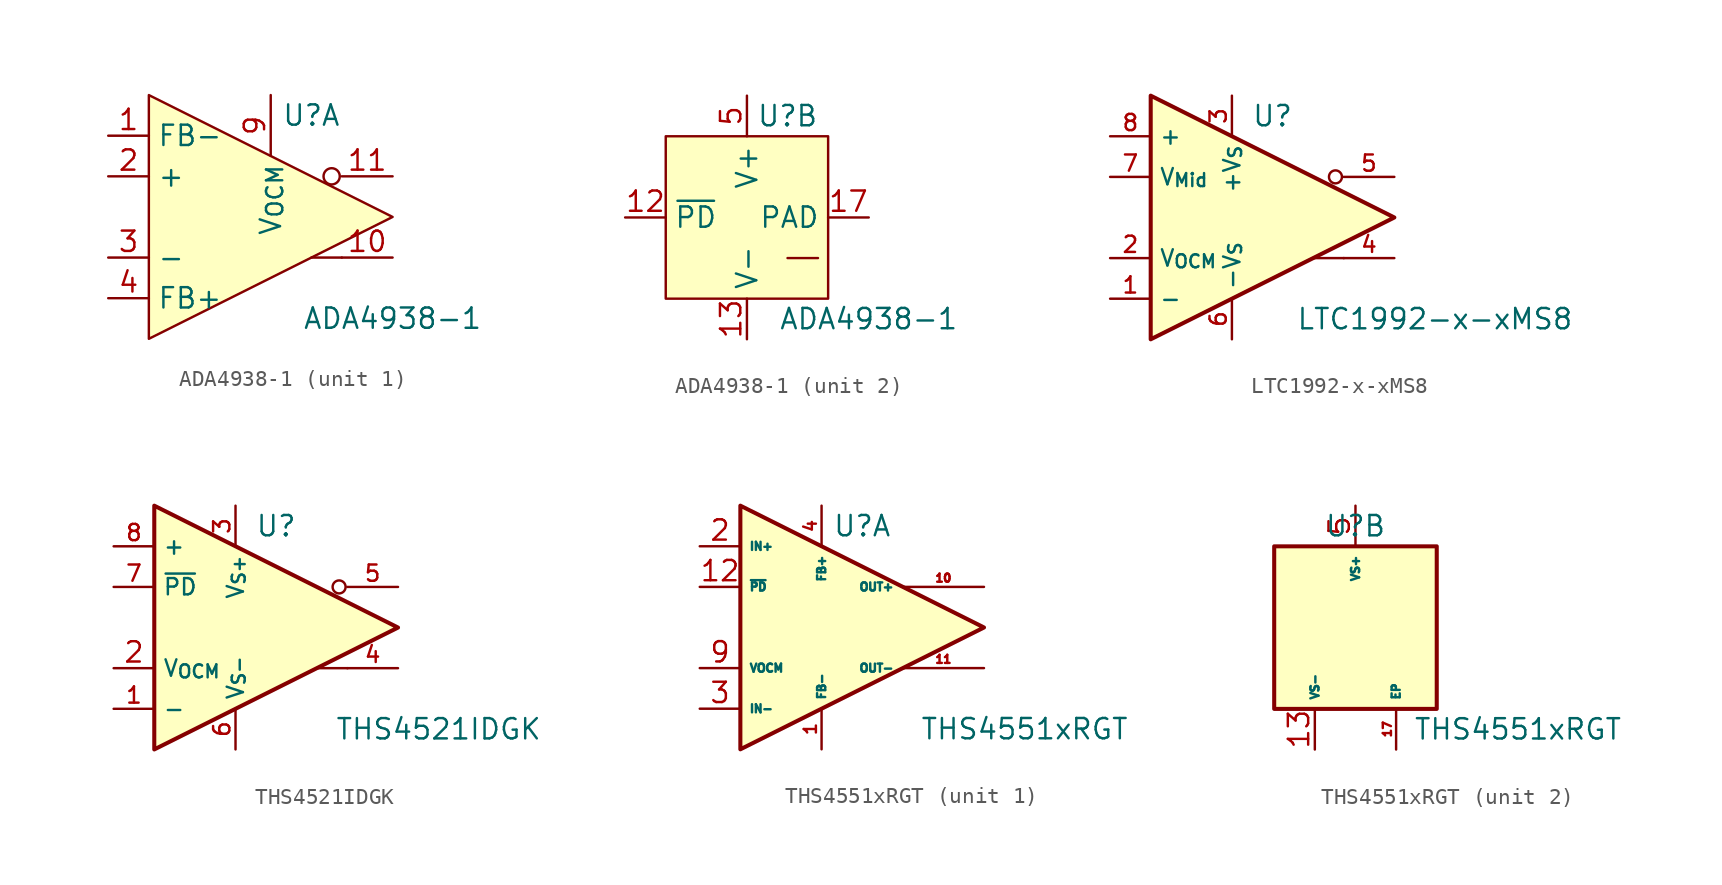
<source format=kicad_sym>
(kicad_symbol_lib
  (version 20231120)
  (generator "kicad_symbol_editor")
  (generator_version "8.0")
  (symbol "ADA4938-1"
    (property "Reference" "U"
      (at 2.54 6.35 0)
      (effects (font (size 1.27 1.27))))
    (property "Value" "ADA4938-1"
      (at 7.62 -6.35 0)
      (effects (font (size 1.27 1.27))))
    (property "ki_locked" ""
      (at 0 0 0)
      (effects (font (size 1.27 1.27))))
    (symbol "ADA4938-1_0_1"
      (polyline (pts (xy 4.445 -2.54) (xy 2.54 -2.54)) (stroke (width 0) (type default)) (fill (type none))))
    (symbol "ADA4938-1_1_1"
      (polyline (pts (xy -7.62 7.62) (xy -7.62 -7.62) (xy 7.62 0) (xy -7.62 7.62)) (stroke (width 0) (type solid)) (fill (type background)))
      (circle (center 3.81 2.54) (radius 0.508) (stroke (width 0) (type default)) (fill (type none)))
      (pin output line (at -10.16 5.08 0) (length 2.54) (name "FB-" (effects (font (size 1.27 1.27)))) (number "1" (effects (font (size 1.27 1.27)))))
      (pin output line (at 7.62 -2.54 180) (length 3.175) (name "" (effects (font (size 1.27 1.27)))) (number "10" (effects (font (size 1.27 1.27)))))
      (pin output line (at 7.62 2.54 180) (length 3.175) (name "" (effects (font (size 1.27 1.27)))) (number "11" (effects (font (size 1.27 1.27)))))
      (pin input line (at -10.16 2.54 0) (length 2.54) (name "+" (effects (font (size 1.27 1.27)))) (number "2" (effects (font (size 1.27 1.27)))))
      (pin input line (at -10.16 -2.54 0) (length 2.54) (name "-" (effects (font (size 1.27 1.27)))) (number "3" (effects (font (size 1.27 1.27)))))
      (pin output line (at -10.16 -5.08 0) (length 2.54) (name "FB+" (effects (font (size 1.27 1.27)))) (number "4" (effects (font (size 1.27 1.27)))))
      (pin input line (at 0 7.62 270) (length 3.8) (name "V_{OCM}" (effects (font (size 1.27 1.27)))) (number "9" (effects (font (size 1.27 1.27))))))
    (symbol "ADA4938-1_2_1"
      (rectangle (start -5.08 5.08) (end 5.08 -5.08) (stroke (width 0) (type solid)) (fill (type background)))
      (pin input line (at -7.62 0 0) (length 2.54) (name "~{PD}" (effects (font (size 1.27 1.27)))) (number "12" (effects (font (size 1.27 1.27)))))
      (pin power_in line (at 0 -7.62 90) (length 2.54) (name "V-" (effects (font (size 1.27 1.27)))) (number "13" (effects (font (size 1.27 1.27)))))
      (pin passive line (at 0 -7.62 90) (length 2.54) hide (name "V-" (effects (font (size 1.27 1.27)))) (number "14" (effects (font (size 1.27 1.27)))))
      (pin passive line (at 0 -7.62 90) (length 2.54) hide (name "V-" (effects (font (size 1.27 1.27)))) (number "15" (effects (font (size 1.27 1.27)))))
      (pin passive line (at 0 -7.62 90) (length 2.54) hide (name "V-" (effects (font (size 1.27 1.27)))) (number "16" (effects (font (size 1.27 1.27)))))
      (pin passive line (at 7.62 0 180) (length 2.54) (name "PAD" (effects (font (size 1.27 1.27)))) (number "17" (effects (font (size 1.27 1.27)))))
      (pin power_in line (at 0 7.62 270) (length 2.54) (name "V+" (effects (font (size 1.27 1.27)))) (number "5" (effects (font (size 1.27 1.27)))))
      (pin passive line (at 0 7.62 270) (length 2.54) hide (name "V+" (effects (font (size 1.27 1.27)))) (number "6" (effects (font (size 1.27 1.27)))))
      (pin passive line (at 0 7.62 270) (length 2.54) hide (name "V+" (effects (font (size 1.27 1.27)))) (number "7" (effects (font (size 1.27 1.27)))))
      (pin passive line (at 0 7.62 270) (length 2.54) hide (name "V+" (effects (font (size 1.27 1.27)))) (number "8" (effects (font (size 1.27 1.27)))))))
  (symbol "LTC1992-x-xMS8"
    (property "Reference" "U"
      (at 0 6.35 0)
      (effects (font (size 1.27 1.27))))
    (property "Value" "LTC1992-x-xMS8"
      (at 10.16 -6.35 0)
      (effects (font (size 1.27 1.27))))
    (symbol "LTC1992-x-xMS8_0_1"
      (polyline (pts (xy 4.47 -2.54) (xy 2.54 -2.54)) (stroke (width 0) (type default)) (fill (type none))))
    (symbol "LTC1992-x-xMS8_1_1"
      (polyline (pts (xy -7.62 7.62) (xy -7.62 -7.62) (xy 7.62 0) (xy -7.62 7.62)) (stroke (width 0.254) (type default)) (fill (type background)))
      (circle (center 3.937 2.54) (radius 0.406) (stroke (width 0) (type default)) (fill (type none)))
      (pin input line (at -10.16 -5.08 0) (length 2.54) (name "-" (effects (font (size 1.016 1.016)))) (number "1" (effects (font (size 1.016 1.016)))))
      (pin input line (at -10.16 -2.54 0) (length 2.54) (name "V_{OCM}" (effects (font (size 1.016 1.016)))) (number "2" (effects (font (size 1.016 1.016)))))
      (pin power_in line (at -2.54 7.62 270) (length 2.54) (name "+V_{S}" (effects (font (size 1.016 1.016)))) (number "3" (effects (font (size 1.016 1.016)))))
      (pin output line (at 7.62 -2.54 180) (length 3.175) (name "" (effects (font (size 1.016 1.016)))) (number "4" (effects (font (size 1.016 1.016)))))
      (pin output line (at 7.62 2.54 180) (length 3.175) (name "" (effects (font (size 1.016 1.016)))) (number "5" (effects (font (size 1.016 1.016)))))
      (pin power_in line (at -2.54 -7.62 90) (length 2.54) (name "-V_{S}" (effects (font (size 1.016 1.016)))) (number "6" (effects (font (size 1.016 1.016)))))
      (pin input line (at -10.16 2.54 0) (length 2.54) (name "V_{Mid}" (effects (font (size 1.016 1.016)))) (number "7" (effects (font (size 1.016 1.016)))))
      (pin input line (at -10.16 5.08 0) (length 2.54) (name "+" (effects (font (size 1.016 1.016)))) (number "8" (effects (font (size 1.016 1.016)))))))
  (symbol "THS4521IDGK"
    (property "Reference" "U"
      (at 0 6.35 0)
      (effects (font (size 1.27 1.27))))
    (property "Value" "THS4521IDGK"
      (at 10.16 -6.35 0)
      (effects (font (size 1.27 1.27))))
    (symbol "THS4521IDGK_0_1"
      (polyline (pts (xy 4.47 -2.54) (xy 2.54 -2.54)) (stroke (width 0) (type default)) (fill (type none))))
    (symbol "THS4521IDGK_1_1"
      (polyline (pts (xy -7.62 7.62) (xy -7.62 -7.62) (xy 7.62 0) (xy -7.62 7.62)) (stroke (width 0.254) (type default)) (fill (type background)))
      (circle (center 3.937 2.54) (radius 0.406) (stroke (width 0) (type default)) (fill (type none)))
      (pin input line (at -10.16 -5.08 0) (length 2.54) (name "-" (effects (font (size 1.016 1.016)))) (number "1" (effects (font (size 1.016 1.016)))))
      (pin input line (at -10.16 -2.54 0) (length 2.54) (name "V_{OCM}" (effects (font (size 1.016 1.016)))) (number "2" (effects (font (size 1.27 1.27)))))
      (pin power_in line (at -2.54 7.62 270) (length 2.54) (name "V_{S+}" (effects (font (size 1.016 1.016)))) (number "3" (effects (font (size 1.016 1.016)))))
      (pin output line (at 7.62 -2.54 180) (length 3.175) (name "" (effects (font (size 1.016 1.016)))) (number "4" (effects (font (size 1.016 1.016)))))
      (pin output line (at 7.62 2.54 180) (length 3.175) (name "" (effects (font (size 1.016 1.016)))) (number "5" (effects (font (size 1.016 1.016)))))
      (pin power_in line (at -2.54 -7.62 90) (length 2.54) (name "V_{S-}" (effects (font (size 1.016 1.016)))) (number "6" (effects (font (size 1.016 1.016)))))
      (pin input line (at -10.16 2.54 0) (length 2.54) (name "~{PD}" (effects (font (size 1.016 1.016)))) (number "7" (effects (font (size 1.016 1.016)))))
      (pin input line (at -10.16 5.08 0) (length 2.54) (name "+" (effects (font (size 1.016 1.016)))) (number "8" (effects (font (size 1.016 1.016)))))))
  (symbol "THS4551xRGT"
    (property "Reference" "U"
      (at 0 6.35 0)
      (effects (font (size 1.27 1.27))))
    (property "Value" "THS4551xRGT"
      (at 10.16 -6.35 0)
      (effects (font (size 1.27 1.27))))
    (property "ki_locked" ""
      (at 0 0 0)
      (effects (font (size 1.27 1.27))))
    (symbol "THS4551xRGT_1_1"
      (polyline (pts (xy -7.62 7.62) (xy -7.62 -7.62) (xy 7.62 0) (xy -7.62 7.62)) (stroke (width 0.254) (type default)) (fill (type background)))
      (pin output line (at -2.54 -7.62 90) (length 2.54) (name "FB-" (effects (font (size 0.508 0.508)))) (number "1" (effects (font (size 0.762 0.762)))))
      (pin output line (at 7.62 2.54 180) (length 5.08) (name "OUT+" (effects (font (size 0.508 0.508)))) (number "10" (effects (font (size 0.508 0.508)))))
      (pin output line (at 7.62 -2.54 180) (length 5.08) (name "OUT-" (effects (font (size 0.508 0.508)))) (number "11" (effects (font (size 0.508 0.508)))))
      (pin input line (at -10.16 2.54 0) (length 2.54) (name "~{PD}" (effects (font (size 0.508 0.508)))) (number "12" (effects (font (size 1.27 1.27)))))
      (pin input line (at -10.16 5.08 0) (length 2.54) (name "IN+" (effects (font (size 0.508 0.508)))) (number "2" (effects (font (size 1.27 1.27)))))
      (pin input line (at -10.16 -5.08 0) (length 2.54) (name "IN-" (effects (font (size 0.508 0.508)))) (number "3" (effects (font (size 1.27 1.27)))))
      (pin output line (at -2.54 7.62 270) (length 2.54) (name "FB+" (effects (font (size 0.508 0.508)))) (number "4" (effects (font (size 0.762 0.762)))))
      (pin input line (at -10.16 -2.54 0) (length 2.54) (name "VOCM" (effects (font (size 0.508 0.508)))) (number "9" (effects (font (size 1.27 1.27))))))
    (symbol "THS4551xRGT_2_1"
      (rectangle (start -5.08 5.08) (end 5.08 -5.08) (stroke (width 0.254) (type default)) (fill (type background)))
      (pin power_in line (at -2.54 -7.62 90) (length 2.54) (name "VS-" (effects (font (size 0.508 0.508)))) (number "13" (effects (font (size 1.27 1.27)))))
      (pin passive line (at -2.54 -7.62 90) (length 2.54) hide (name "VS-" (effects (font (size 0.508 0.508)))) (number "14" (effects (font (size 1.27 1.27)))))
      (pin passive line (at -2.54 -7.62 90) (length 2.54) hide (name "VS-" (effects (font (size 0.508 0.508)))) (number "15" (effects (font (size 1.27 1.27)))))
      (pin passive line (at -2.54 -7.62 90) (length 2.54) hide (name "VS-" (effects (font (size 0.508 0.508)))) (number "16" (effects (font (size 1.27 1.27)))))
      (pin passive line (at 2.54 -7.62 90) (length 2.54) (name "EP" (effects (font (size 0.508 0.508)))) (number "17" (effects (font (size 0.508 0.508)))))
      (pin power_in line (at 0 7.62 270) (length 2.54) (name "VS+" (effects (font (size 0.508 0.508)))) (number "5" (effects (font (size 1.27 1.27)))))
      (pin passive line (at 0 7.62 270) (length 2.54) hide (name "VS+" (effects (font (size 0.508 0.508)))) (number "6" (effects (font (size 1.27 1.27)))))
      (pin passive line (at 0 7.62 270) (length 2.54) hide (name "VS+" (effects (font (size 0.508 0.508)))) (number "7" (effects (font (size 1.27 1.27)))))
      (pin passive line (at 0 7.62 270) (length 2.54) hide (name "VS+" (effects (font (size 0.508 0.508)))) (number "8" (effects (font (size 1.27 1.27))))))))
</source>
